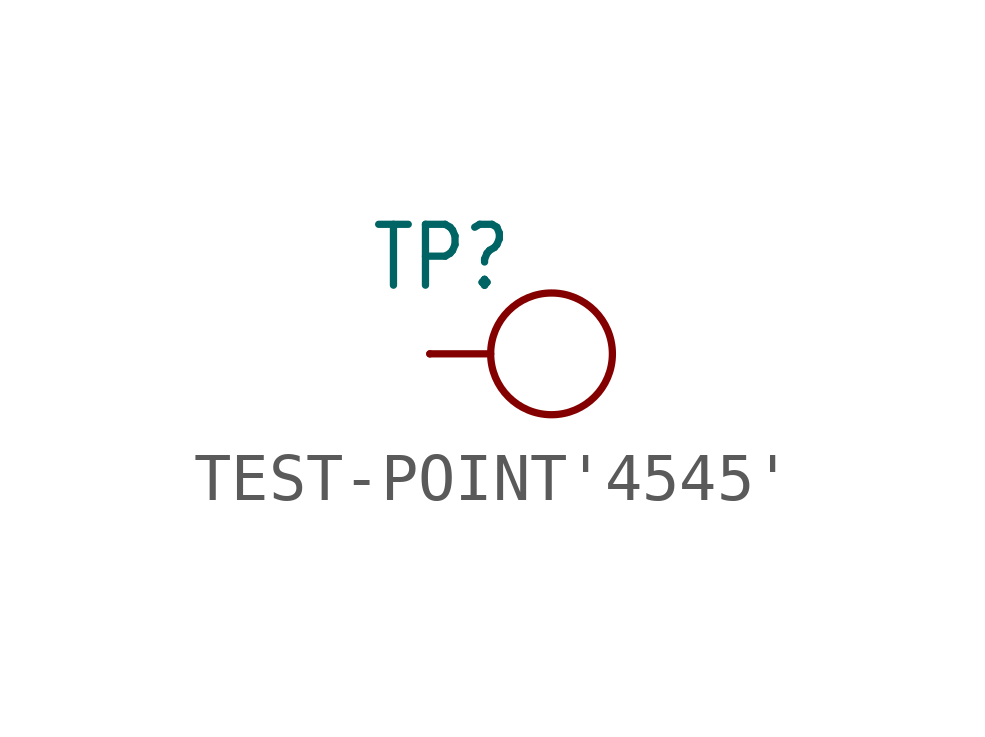
<source format=kicad_sym>
(kicad_symbol_lib
  (version 20241209)
  (generator "kicad_symbol_editor")
  (generator_version "9.0")
  (symbol "TEST-POINT'4545'"
    (property "Reference" "TP"
      (at -3.81 1.27 0)
      (effects (font (size 1.27 1.079)) (justify left bottom)))
    (property "ki_locked" ""
      (at 0 0 0)
      (effects (font (size 1.27 1.27))))
    (symbol "TEST-POINT'4545'_1_0"
      (polyline (pts (xy -2.54 0) (xy -1.27 0)) (stroke (width 0.152) (type solid)) (fill (type none)))
      (circle (center 0 0) (radius 1.27) (stroke (width 0.152) (type solid)) (fill (type none)))
      (pin bidirectional line (at -2.54 0 0) (length 0) (name "T" (effects (font (size 0 0)))) (number "T" (effects (font (size 0 0))))))))
</source>
